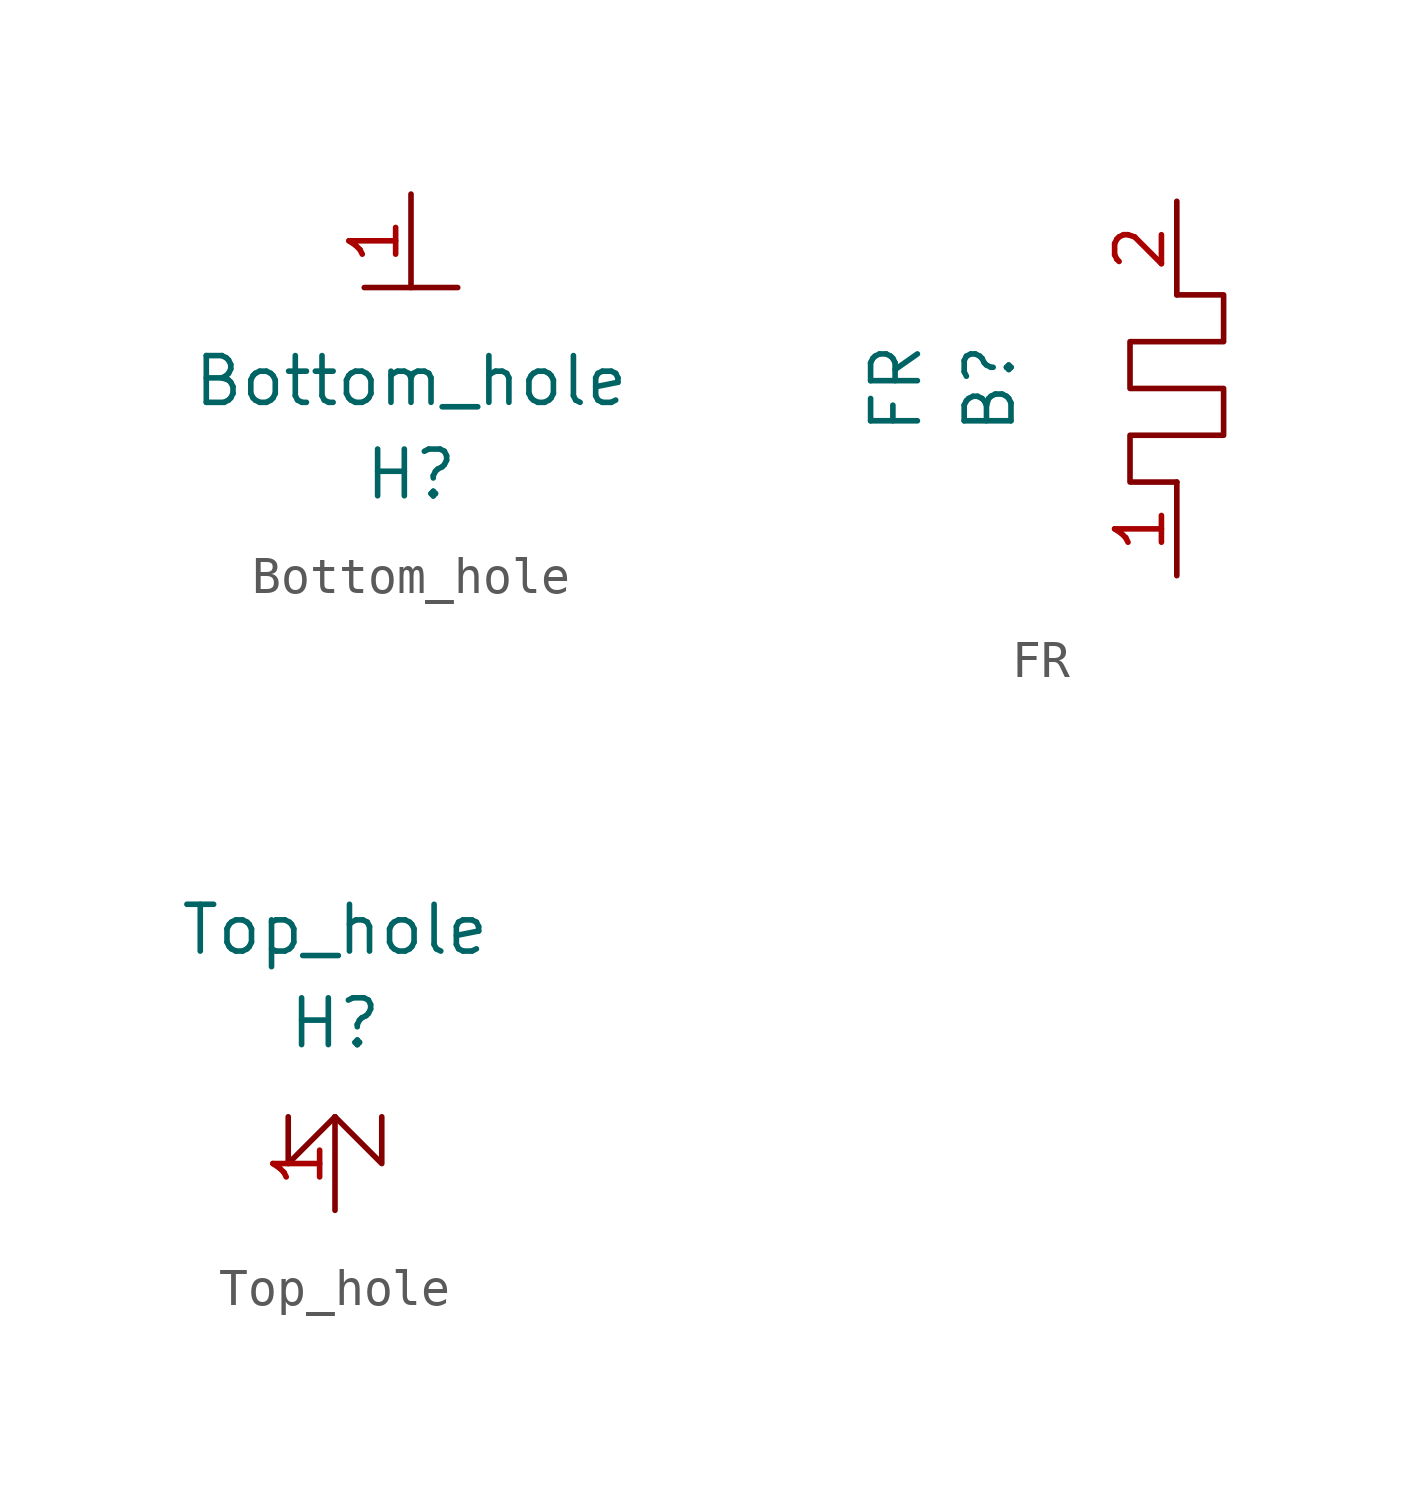
<source format=kicad_sym>
(kicad_symbol_lib
  (version 20211014)
  (generator kicad_symbol_editor)
  (symbol "Bottom_hole"
    (property "Reference" "H"
      (at 1.27 -7.62 0)
      (effects (font (size 1.27 1.27))))
    (property "Value" "Bottom_hole"
      (at 1.27 -5.08 0)
      (effects (font (size 1.27 1.27))))
    (symbol "Bottom_hole_0_1"
      (polyline (pts (xy 0 -2.54) (xy 2.54 -2.54)) (stroke (width 0) (type default) (color 0 0 0 0)) (fill (type none))))
    (symbol "Bottom_hole_1_1"
      (pin passive line (at 1.27 0 270) (length 2.54) (name "" (effects (font (size 1.27 1.27)))) (number "1" (effects (font (size 1.27 1.27)))))))
  (symbol "FR"
    (property "Reference" "B"
      (at 8.89 0 90)
      (effects (font (size 1.27 1.27))))
    (property "Value" "FR"
      (at 6.35 0 90)
      (effects (font (size 1.27 1.27))))
    (symbol "FR_0_1"
      (polyline (pts (xy 13.97 -2.54) (xy 12.7 -2.54) (xy 12.7 -1.27) (xy 15.24 -1.27) (xy 15.24 0) (xy 12.7 0) (xy 12.7 1.27) (xy 15.24 1.27) (xy 15.24 2.54) (xy 13.97 2.54)) (stroke (width 0) (type default) (color 0 0 0 0)) (fill (type none))))
    (symbol "FR_1_1"
      (pin passive line (at 13.97 -5.08 90) (length 2.54) (name "" (effects (font (size 1.27 1.27)))) (number "1" (effects (font (size 1.27 1.27)))))
      (pin passive line (at 13.97 5.08 270) (length 2.54) (name "" (effects (font (size 1.27 1.27)))) (number "2" (effects (font (size 1.27 1.27)))))))
  (symbol "Top_hole"
    (property "Reference" "H"
      (at 0 -2.54 0)
      (effects (font (size 1.27 1.27))))
    (property "Value" "Top_hole"
      (at 0 0 0)
      (effects (font (size 1.27 1.27))))
    (symbol "Top_hole_0_1"
      (polyline (pts (xy 0 -5.08) (xy -1.27 -6.35) (xy -1.27 -5.08)) (stroke (width 0) (type default) (color 0 0 0 0)) (fill (type none)))
      (polyline (pts (xy 0 -5.08) (xy 1.27 -6.35) (xy 1.27 -5.08)) (stroke (width 0) (type default) (color 0 0 0 0)) (fill (type none))))
    (symbol "Top_hole_1_1"
      (pin passive line (at 0 -7.62 90) (length 2.54) (name "" (effects (font (size 1.27 1.27)))) (number "1" (effects (font (size 1.27 1.27))))))))
</source>
